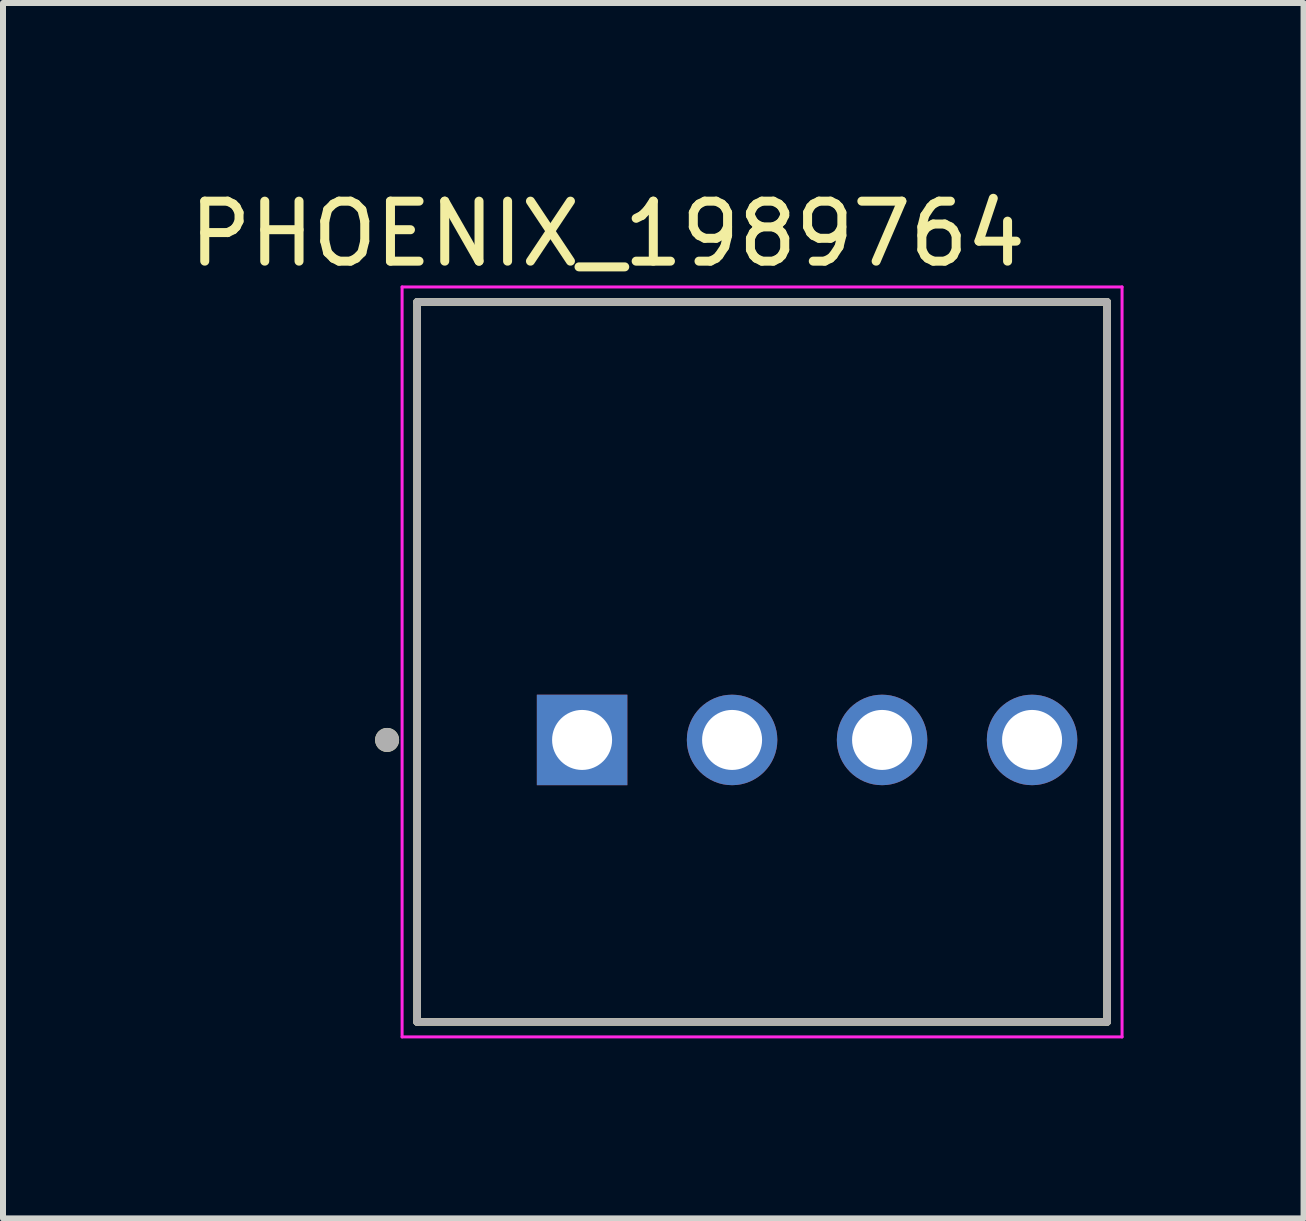
<source format=kicad_pcb>
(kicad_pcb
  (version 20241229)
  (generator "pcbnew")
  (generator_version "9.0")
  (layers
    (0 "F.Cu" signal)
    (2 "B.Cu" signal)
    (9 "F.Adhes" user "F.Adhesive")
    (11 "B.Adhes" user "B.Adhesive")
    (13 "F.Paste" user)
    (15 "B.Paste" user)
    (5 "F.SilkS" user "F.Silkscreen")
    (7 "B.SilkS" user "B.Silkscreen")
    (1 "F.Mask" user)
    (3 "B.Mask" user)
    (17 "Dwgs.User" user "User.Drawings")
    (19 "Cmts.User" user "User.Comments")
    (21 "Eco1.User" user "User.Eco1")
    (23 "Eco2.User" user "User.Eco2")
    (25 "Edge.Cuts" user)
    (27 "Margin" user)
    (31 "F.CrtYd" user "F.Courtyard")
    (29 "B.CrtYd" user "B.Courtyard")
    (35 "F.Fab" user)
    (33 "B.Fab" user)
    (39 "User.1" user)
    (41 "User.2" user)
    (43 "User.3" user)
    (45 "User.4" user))
  (footprint "PHOENIX_1989764"
    (layer "F.Cu")
    (at 3.902 13.983)
    (property "Reference" "PHOENIX_1989764" (at 3.175 -13.135 0) (layer "F.SilkS") (effects (font (size 1 1) (thickness 0.15))))
    (attr through_hole)
    (fp_line (start 0 -12) (end 0 0) (stroke (width 0.127) (type solid)) (layer "F.SilkS"))
    (fp_line (start 0 0) (end 11.5 0) (stroke (width 0.127) (type solid)) (layer "F.SilkS"))
    (fp_line (start 11.5 -12) (end 0 -12) (stroke (width 0.127) (type solid)) (layer "F.SilkS"))
    (fp_line (start 11.5 0) (end 11.5 -12) (stroke (width 0.127) (type solid)) (layer "F.SilkS"))
    (fp_circle (center -0.5 -4.7) (end -0.4 -4.7) (stroke (width 0.2) (type solid)) (fill no) (layer "F.SilkS"))
    (fp_line (start -0.25 -12.25) (end -0.25 0.25) (stroke (width 0.05) (type solid)) (layer "F.CrtYd"))
    (fp_line (start -0.25 0.25) (end 11.75 0.25) (stroke (width 0.05) (type solid)) (layer "F.CrtYd"))
    (fp_line (start 11.75 -12.25) (end -0.25 -12.25) (stroke (width 0.05) (type solid)) (layer "F.CrtYd"))
    (fp_line (start 11.75 0.25) (end 11.75 -12.25) (stroke (width 0.05) (type solid)) (layer "F.CrtYd"))
    (fp_line (start 0 -12) (end 0 0) (stroke (width 0.127) (type solid)) (layer "F.Fab"))
    (fp_line (start 0 0) (end 11.5 0) (stroke (width 0.127) (type solid)) (layer "F.Fab"))
    (fp_line (start 11.5 -12) (end 0 -12) (stroke (width 0.127) (type solid)) (layer "F.Fab"))
    (fp_line (start 11.5 0) (end 11.5 -12) (stroke (width 0.127) (type solid)) (layer "F.Fab"))
    (fp_circle (center -0.5 -4.7) (end -0.4 -4.7) (stroke (width 0.2) (type solid)) (fill no) (layer "F.Fab"))
    (pad "1" thru_hole rect (at 2.75 -4.7) (size 1.508 1.508) (drill 1) (layers "*.Cu" "*.Mask"))
    (pad "2" thru_hole circle (at 5.25 -4.7) (size 1.508 1.508) (drill 1) (layers "*.Cu" "*.Mask"))
    (pad "3" thru_hole circle (at 7.75 -4.7) (size 1.508 1.508) (drill 1) (layers "*.Cu" "*.Mask"))
    (pad "4" thru_hole circle (at 10.25 -4.7) (size 1.508 1.508) (drill 1) (layers "*.Cu" "*.Mask")))
  (gr_rect
    (start -3 -3)
    (end 18.677 17.258)
    (stroke (width 0.1) (type default))
    (fill no)
    (layer "Edge.Cuts")))
</source>
